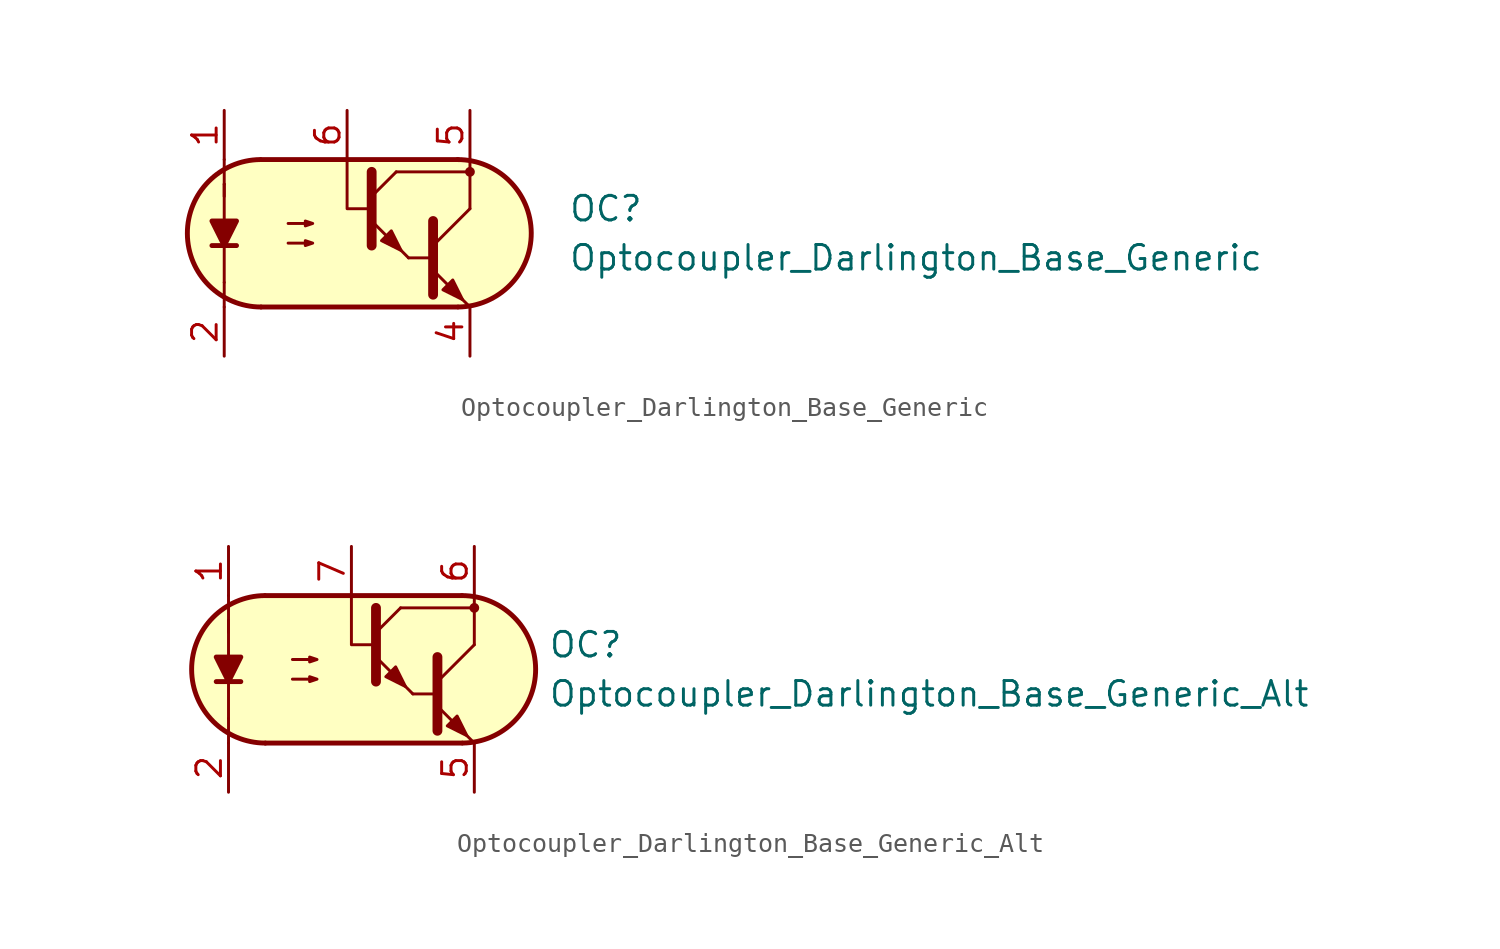
<source format=kicad_sym>
(kicad_symbol_lib
  (version 20211014)
  (generator kicad_symbol_editor)
  (symbol "Optocoupler_Darlington_Base_Generic"
    (pin_names
      (offset 1.016))
    (property "Reference" "OC"
      (at 11.43 1.27 0)
      (effects (font (size 1.27 1.27)) (justify left)))
    (property "Value" "Optocoupler_Darlington_Base_Generic"
      (at 11.43 -1.27 0)
      (effects (font (size 1.27 1.27)) (justify left)))
    (symbol "Optocoupler_Darlington_Base_Generic_0_1"
      (arc (start -4.4835 3.8099) (mid -8.2551 -0.016) (end -4.4516 -3.8101) (stroke (width 0.254) (type default) (color 0 0 0 0)) (fill (type none)))
      (polyline (pts (xy -6.35 -2.54) (xy -6.35 -3.81)) (stroke (width 0.152) (type default) (color 0 0 0 0)) (fill (type none)))
      (polyline (pts (xy -6.35 -2.54) (xy -6.35 2.54)) (stroke (width 0.152) (type default) (color 0 0 0 0)) (fill (type none)))
      (polyline (pts (xy -6.35 1.905) (xy -6.35 2.54)) (stroke (width 0.152) (type default) (color 0 0 0 0)) (fill (type none)))
      (polyline (pts (xy -6.35 2.54) (xy -6.35 3.81)) (stroke (width 0.152) (type default) (color 0 0 0 0)) (fill (type none)))
      (polyline (pts (xy -4.445 -3.81) (xy 5.715 -3.81)) (stroke (width 0.254) (type default) (color 0 0 0 0)) (fill (type none)))
      (polyline (pts (xy 2.54 3.175) (xy 6.35 3.175)) (stroke (width 0.152) (type default) (color 0 0 0 0)) (fill (type none)))
      (polyline (pts (xy 3.175 -1.27) (xy 4.445 -1.27)) (stroke (width 0) (type default) (color 0 0 0 0)) (fill (type none)))
      (polyline (pts (xy 4.445 -0.635) (xy 6.35 1.27)) (stroke (width 0) (type default) (color 0 0 0 0)) (fill (type none)))
      (polyline (pts (xy 5.715 3.81) (xy -4.445 3.81)) (stroke (width 0.254) (type default) (color 0 0 0 0)) (fill (type none)))
      (polyline (pts (xy 6.35 -3.81) (xy 4.445 -1.905)) (stroke (width 0) (type default) (color 0 0 0 0)) (fill (type outline)))
      (polyline (pts (xy 6.35 1.27) (xy 6.35 3.81)) (stroke (width 0.152) (type default) (color 0 0 0 0)) (fill (type none)))
      (polyline (pts (xy 1.27 1.27) (xy 0 1.27) (xy 0 3.81)) (stroke (width 0.152) (type default) (color 0 0 0 0)) (fill (type none)))
      (polyline (pts (xy 4.445 0.635) (xy 4.445 -3.175) (xy 4.445 -3.175)) (stroke (width 0.508) (type default) (color 0 0 0 0)) (fill (type none)))
      (polyline (pts (xy -3.048 -0.508) (xy -1.778 -0.508) (xy -2.159 -0.635) (xy -2.159 -0.381) (xy -1.778 -0.508)) (stroke (width 0) (type default) (color 0 0 0 0)) (fill (type none)))
      (polyline (pts (xy -3.048 0.508) (xy -1.778 0.508) (xy -2.159 0.381) (xy -2.159 0.635) (xy -1.778 0.508)) (stroke (width 0) (type default) (color 0 0 0 0)) (fill (type none)))
      (polyline (pts (xy 4.953 -2.921) (xy 5.461 -2.413) (xy 5.969 -3.429) (xy 4.953 -2.921) (xy 4.953 -2.921)) (stroke (width 0) (type default) (color 0 0 0 0)) (fill (type outline)))
      (polyline (pts (xy 5.715 3.81) (xy -4.572 3.81) (xy -5.461 3.683) (xy -6.096 3.429) (xy -6.858 2.921) (xy -7.493 2.286) (xy -8.001 1.524) (xy -8.255 0.508) (xy -8.255 -0.254) (xy -8.128 -1.143) (xy -7.62 -2.032) (xy -6.985 -2.794) (xy -6.096 -3.429) (xy -4.572 -3.81) (xy 6.096 -3.81) (xy 7.112 -3.556) (xy 8.128 -2.921) (xy 8.89 -2.159) (xy 9.271 -1.397) (xy 9.525 -0.127) (xy 9.398 0.889) (xy 9.144 1.651) (xy 8.763 2.286) (xy 8.255 2.794) (xy 7.62 3.302) (xy 6.731 3.683) (xy 5.715 3.81)) (stroke (width 0.01) (type default) (color 0 0 0 0)) (fill (type background)))
      (arc (start 5.7469 -3.81) (mid 9.5185 0.0159) (end 5.715 3.81) (stroke (width 0.254) (type default) (color 0 0 0 0)) (fill (type none))))
    (symbol "Optocoupler_Darlington_Base_Generic_1_1"
      (polyline (pts (xy -6.985 -0.635) (xy -5.715 -0.635)) (stroke (width 0.254) (type default) (color 0 0 0 0)) (fill (type none)))
      (polyline (pts (xy 1.27 1.905) (xy 2.54 3.175)) (stroke (width 0) (type default) (color 0 0 0 0)) (fill (type none)))
      (polyline (pts (xy 3.175 -1.27) (xy 1.27 0.635)) (stroke (width 0) (type default) (color 0 0 0 0)) (fill (type outline)))
      (polyline (pts (xy 1.27 3.175) (xy 1.27 -0.635) (xy 1.27 -0.635)) (stroke (width 0.508) (type default) (color 0 0 0 0)) (fill (type none)))
      (polyline (pts (xy -6.35 -0.635) (xy -6.985 0.635) (xy -5.715 0.635) (xy -6.35 -0.635)) (stroke (width 0.254) (type default) (color 0 0 0 0)) (fill (type outline)))
      (polyline (pts (xy 1.778 -0.381) (xy 2.286 0.127) (xy 2.794 -0.889) (xy 1.778 -0.381) (xy 1.778 -0.381)) (stroke (width 0) (type default) (color 0 0 0 0)) (fill (type outline)))
      (circle (center 6.35 3.175) (radius 0.178) (stroke (width 0) (type default) (color 0 0 0 0)) (fill (type outline)))
      (pin passive line (at -6.35 6.35 270) (length 2.54) (name "~" (effects (font (size 1.27 1.27)))) (number "1" (effects (font (size 1.27 1.27)))))
      (pin passive line (at -6.35 -6.35 90) (length 2.54) (name "~" (effects (font (size 1.27 1.27)))) (number "2" (effects (font (size 1.27 1.27)))))
      (pin no_connect line (at 0 0 0) (length 2.54) hide (name "NC" (effects (font (size 1.27 1.27)))) (number "3" (effects (font (size 1.27 1.27)))))
      (pin passive line (at 6.35 -6.35 90) (length 2.54) (name "~" (effects (font (size 1.27 1.27)))) (number "4" (effects (font (size 1.27 1.27)))))
      (pin passive line (at 6.35 6.35 270) (length 2.54) (name "~" (effects (font (size 1.27 1.27)))) (number "5" (effects (font (size 1.27 1.27)))))
      (pin passive line (at 0 6.35 270) (length 2.54) (name "~" (effects (font (size 1.27 1.27)))) (number "6" (effects (font (size 1.27 1.27)))))))
  (symbol "Optocoupler_Darlington_Base_Generic_Alt"
    (pin_names
      (offset 1.016))
    (property "Reference" "OC"
      (at 10.16 1.27 0)
      (effects (font (size 1.27 1.27)) (justify left)))
    (property "Value" "Optocoupler_Darlington_Base_Generic_Alt"
      (at 10.16 -1.27 0)
      (effects (font (size 1.27 1.27)) (justify left)))
    (symbol "Optocoupler_Darlington_Base_Generic_Alt_0_1"
      (arc (start -4.4835 3.8099) (mid -8.2551 -0.016) (end -4.4516 -3.8101) (stroke (width 0.254) (type default) (color 0 0 0 0)) (fill (type none)))
      (polyline (pts (xy -6.35 -2.54) (xy -6.35 -3.81)) (stroke (width 0.152) (type default) (color 0 0 0 0)) (fill (type none)))
      (polyline (pts (xy -6.35 -2.54) (xy -6.35 2.54)) (stroke (width 0.152) (type default) (color 0 0 0 0)) (fill (type none)))
      (polyline (pts (xy -6.35 1.905) (xy -6.35 2.54)) (stroke (width 0.152) (type default) (color 0 0 0 0)) (fill (type none)))
      (polyline (pts (xy -6.35 2.54) (xy -6.35 3.81)) (stroke (width 0.152) (type default) (color 0 0 0 0)) (fill (type none)))
      (polyline (pts (xy -4.445 -3.81) (xy 5.715 -3.81)) (stroke (width 0.254) (type default) (color 0 0 0 0)) (fill (type none)))
      (polyline (pts (xy 2.54 3.175) (xy 6.35 3.175)) (stroke (width 0.152) (type default) (color 0 0 0 0)) (fill (type none)))
      (polyline (pts (xy 3.175 -1.27) (xy 4.445 -1.27)) (stroke (width 0) (type default) (color 0 0 0 0)) (fill (type none)))
      (polyline (pts (xy 4.445 -0.635) (xy 6.35 1.27)) (stroke (width 0) (type default) (color 0 0 0 0)) (fill (type none)))
      (polyline (pts (xy 5.715 3.81) (xy -4.445 3.81)) (stroke (width 0.254) (type default) (color 0 0 0 0)) (fill (type none)))
      (polyline (pts (xy 6.35 -3.81) (xy 4.445 -1.905)) (stroke (width 0) (type default) (color 0 0 0 0)) (fill (type outline)))
      (polyline (pts (xy 6.35 1.27) (xy 6.35 3.81)) (stroke (width 0.152) (type default) (color 0 0 0 0)) (fill (type none)))
      (polyline (pts (xy 1.27 1.27) (xy 0 1.27) (xy 0 3.81)) (stroke (width 0.152) (type default) (color 0 0 0 0)) (fill (type none)))
      (polyline (pts (xy 4.445 0.635) (xy 4.445 -3.175) (xy 4.445 -3.175)) (stroke (width 0.508) (type default) (color 0 0 0 0)) (fill (type none)))
      (polyline (pts (xy -3.048 -0.508) (xy -1.778 -0.508) (xy -2.159 -0.635) (xy -2.159 -0.381) (xy -1.778 -0.508)) (stroke (width 0) (type default) (color 0 0 0 0)) (fill (type none)))
      (polyline (pts (xy -3.048 0.508) (xy -1.778 0.508) (xy -2.159 0.381) (xy -2.159 0.635) (xy -1.778 0.508)) (stroke (width 0) (type default) (color 0 0 0 0)) (fill (type none)))
      (polyline (pts (xy 4.953 -2.921) (xy 5.461 -2.413) (xy 5.969 -3.429) (xy 4.953 -2.921) (xy 4.953 -2.921)) (stroke (width 0) (type default) (color 0 0 0 0)) (fill (type outline)))
      (polyline (pts (xy 5.715 3.81) (xy -4.572 3.81) (xy -5.461 3.683) (xy -6.096 3.429) (xy -6.858 2.921) (xy -7.493 2.286) (xy -8.001 1.524) (xy -8.255 0.508) (xy -8.255 -0.254) (xy -8.128 -1.143) (xy -7.62 -2.032) (xy -6.985 -2.794) (xy -6.096 -3.429) (xy -4.572 -3.81) (xy 6.096 -3.81) (xy 7.112 -3.556) (xy 8.128 -2.921) (xy 8.89 -2.159) (xy 9.271 -1.397) (xy 9.525 -0.127) (xy 9.398 0.889) (xy 9.144 1.651) (xy 8.763 2.286) (xy 8.255 2.794) (xy 7.62 3.302) (xy 6.731 3.683) (xy 5.715 3.81)) (stroke (width 0.01) (type default) (color 0 0 0 0)) (fill (type background)))
      (arc (start 5.7469 -3.81) (mid 9.5185 0.0159) (end 5.715 3.81) (stroke (width 0.254) (type default) (color 0 0 0 0)) (fill (type none))))
    (symbol "Optocoupler_Darlington_Base_Generic_Alt_1_1"
      (polyline (pts (xy -6.985 -0.635) (xy -5.715 -0.635)) (stroke (width 0.254) (type default) (color 0 0 0 0)) (fill (type none)))
      (polyline (pts (xy 1.27 1.905) (xy 2.54 3.175)) (stroke (width 0) (type default) (color 0 0 0 0)) (fill (type none)))
      (polyline (pts (xy 3.175 -1.27) (xy 1.27 0.635)) (stroke (width 0) (type default) (color 0 0 0 0)) (fill (type outline)))
      (polyline (pts (xy 1.27 3.175) (xy 1.27 -0.635) (xy 1.27 -0.635)) (stroke (width 0.508) (type default) (color 0 0 0 0)) (fill (type none)))
      (polyline (pts (xy -6.35 -0.635) (xy -6.985 0.635) (xy -5.715 0.635) (xy -6.35 -0.635)) (stroke (width 0.254) (type default) (color 0 0 0 0)) (fill (type outline)))
      (polyline (pts (xy 1.778 -0.381) (xy 2.286 0.127) (xy 2.794 -0.889) (xy 1.778 -0.381) (xy 1.778 -0.381)) (stroke (width 0) (type default) (color 0 0 0 0)) (fill (type outline)))
      (circle (center 6.35 3.175) (radius 0.178) (stroke (width 0) (type default) (color 0 0 0 0)) (fill (type outline)))
      (pin passive line (at -6.35 6.35 270) (length 2.54) (name "~" (effects (font (size 1.27 1.27)))) (number "1" (effects (font (size 1.27 1.27)))))
      (pin passive line (at -6.35 -6.35 90) (length 2.54) (name "~" (effects (font (size 1.27 1.27)))) (number "2" (effects (font (size 1.27 1.27)))))
      (pin no_connect line (at 0 2.54 0) (length 2.54) hide (name "NC" (effects (font (size 1.27 1.27)))) (number "3" (effects (font (size 1.27 1.27)))))
      (pin no_connect line (at 0 0 0) (length 2.54) hide (name "NC" (effects (font (size 1.27 1.27)))) (number "4" (effects (font (size 1.27 1.27)))))
      (pin passive line (at 6.35 -6.35 90) (length 2.54) (name "~" (effects (font (size 1.27 1.27)))) (number "5" (effects (font (size 1.27 1.27)))))
      (pin passive line (at 6.35 6.35 270) (length 2.54) (name "~" (effects (font (size 1.27 1.27)))) (number "6" (effects (font (size 1.27 1.27)))))
      (pin passive line (at 0 6.35 270) (length 2.54) (name "~" (effects (font (size 1.27 1.27)))) (number "7" (effects (font (size 1.27 1.27)))))
      (pin no_connect line (at 0 -2.54 0) (length 2.54) hide (name "NC" (effects (font (size 1.27 1.27)))) (number "8" (effects (font (size 1.27 1.27))))))))
</source>
